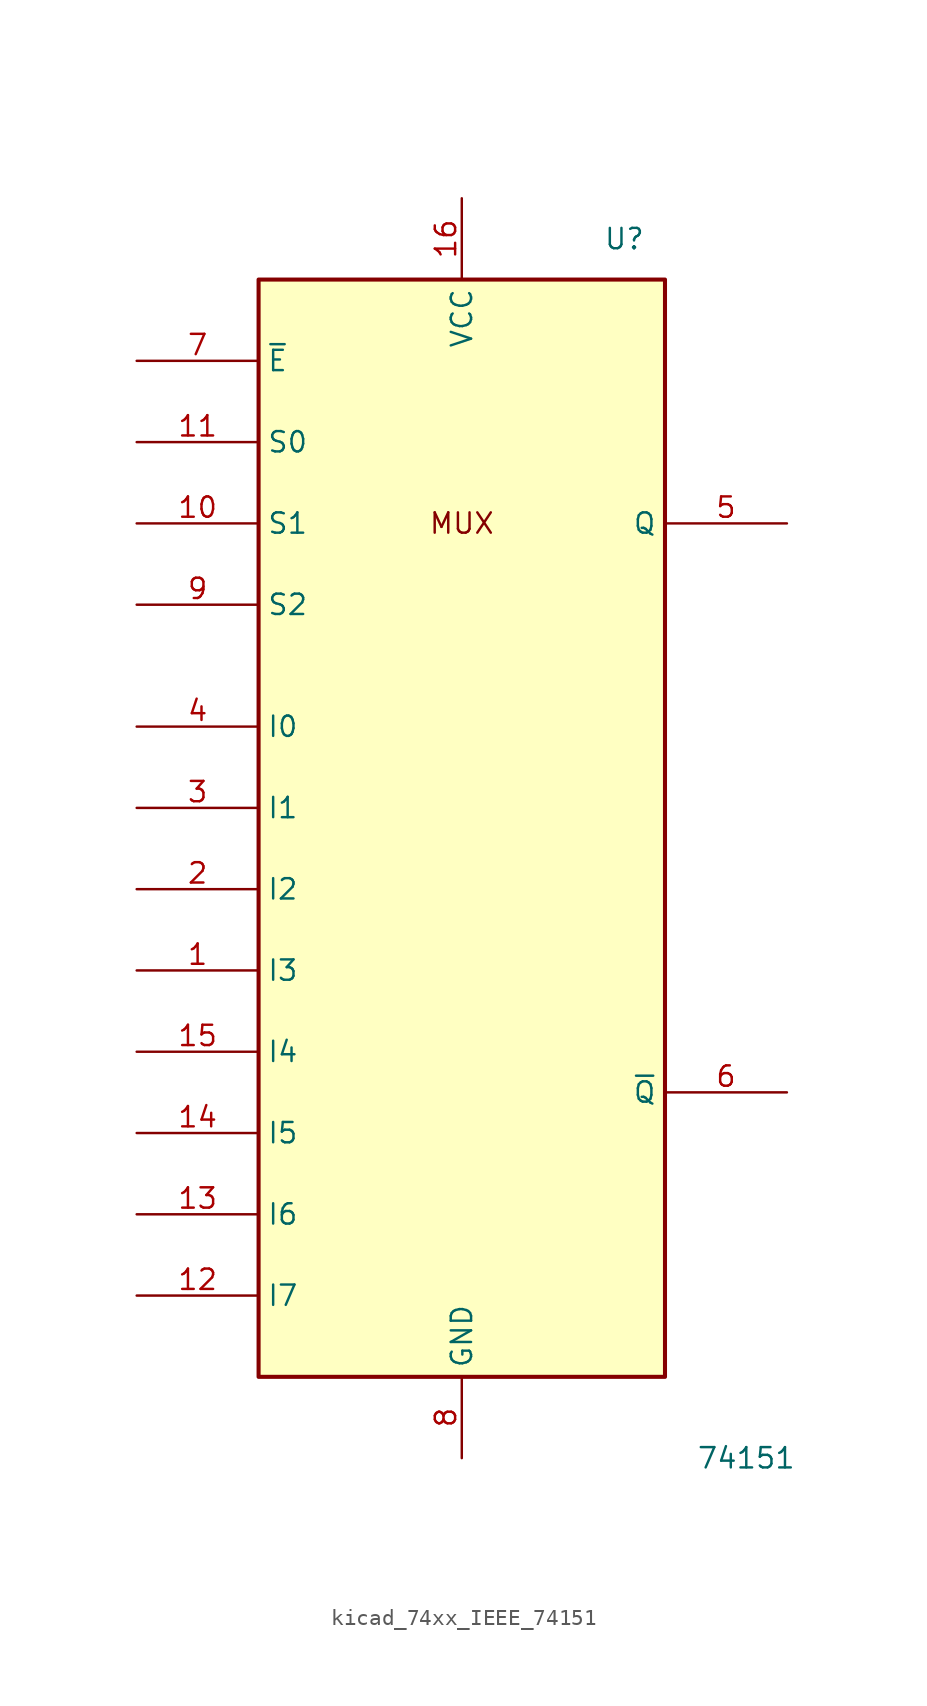
<source format=kicad_sym>
(kicad_symbol_lib
  (version 20220914)
  (generator kicad_symbol_editor)
  (symbol "kicad_74xx_IEEE_74151"
    (property "Reference" "U"
      (at 10.16 35.56 0)
      (effects (font (size 1.27 1.27))))
    (property "Value" "74151"
      (at 17.78 -40.64 0)
      (effects (font (size 1.27 1.27))))
    (symbol "kicad_74xx_IEEE_74151_0_0"
      (rectangle (start -12.7 33.02) (end 12.7 -35.56) (stroke (width 0.254) (type default)) (fill (type background)))
      (text "MUX" (at 0 17.78 0) (effects (font (size 1.27 1.27))))
      (pin power_in line (at 0 38.1 270) (length 5.08) (name "VCC" (effects (font (size 1.27 1.27)))) (number "16" (effects (font (size 1.27 1.27)))))
      (pin power_in line (at 0 -40.64 90) (length 5.08) (name "GND" (effects (font (size 1.27 1.27)))) (number "8" (effects (font (size 1.27 1.27))))))
    (symbol "kicad_74xx_IEEE_74151_1_1"
      (pin input line (at -20.32 -10.16 0) (length 7.62) (name "I3" (effects (font (size 1.27 1.27)))) (number "1" (effects (font (size 1.27 1.27)))))
      (pin input line (at -20.32 17.78 0) (length 7.62) (name "S1" (effects (font (size 1.27 1.27)))) (number "10" (effects (font (size 1.27 1.27)))))
      (pin input line (at -20.32 22.86 0) (length 7.62) (name "S0" (effects (font (size 1.27 1.27)))) (number "11" (effects (font (size 1.27 1.27)))))
      (pin input line (at -20.32 -30.48 0) (length 7.62) (name "I7" (effects (font (size 1.27 1.27)))) (number "12" (effects (font (size 1.27 1.27)))))
      (pin input line (at -20.32 -25.4 0) (length 7.62) (name "I6" (effects (font (size 1.27 1.27)))) (number "13" (effects (font (size 1.27 1.27)))))
      (pin input line (at -20.32 -20.32 0) (length 7.62) (name "I5" (effects (font (size 1.27 1.27)))) (number "14" (effects (font (size 1.27 1.27)))))
      (pin input line (at -20.32 -15.24 0) (length 7.62) (name "I4" (effects (font (size 1.27 1.27)))) (number "15" (effects (font (size 1.27 1.27)))))
      (pin input line (at -20.32 -5.08 0) (length 7.62) (name "I2" (effects (font (size 1.27 1.27)))) (number "2" (effects (font (size 1.27 1.27)))))
      (pin input line (at -20.32 0 0) (length 7.62) (name "I1" (effects (font (size 1.27 1.27)))) (number "3" (effects (font (size 1.27 1.27)))))
      (pin input line (at -20.32 5.08 0) (length 7.62) (name "I0" (effects (font (size 1.27 1.27)))) (number "4" (effects (font (size 1.27 1.27)))))
      (pin output line (at 20.32 17.78 180) (length 7.62) (name "Q" (effects (font (size 1.27 1.27)))) (number "5" (effects (font (size 1.27 1.27)))))
      (pin output line (at 20.32 -17.78 180) (length 7.62) (name "~{Q}" (effects (font (size 1.27 1.27)))) (number "6" (effects (font (size 1.27 1.27)))))
      (pin input line (at -20.32 27.94 0) (length 7.62) (name "~{E}" (effects (font (size 1.27 1.27)))) (number "7" (effects (font (size 1.27 1.27)))))
      (pin input line (at -20.32 12.7 0) (length 7.62) (name "S2" (effects (font (size 1.27 1.27)))) (number "9" (effects (font (size 1.27 1.27))))))))
</source>
